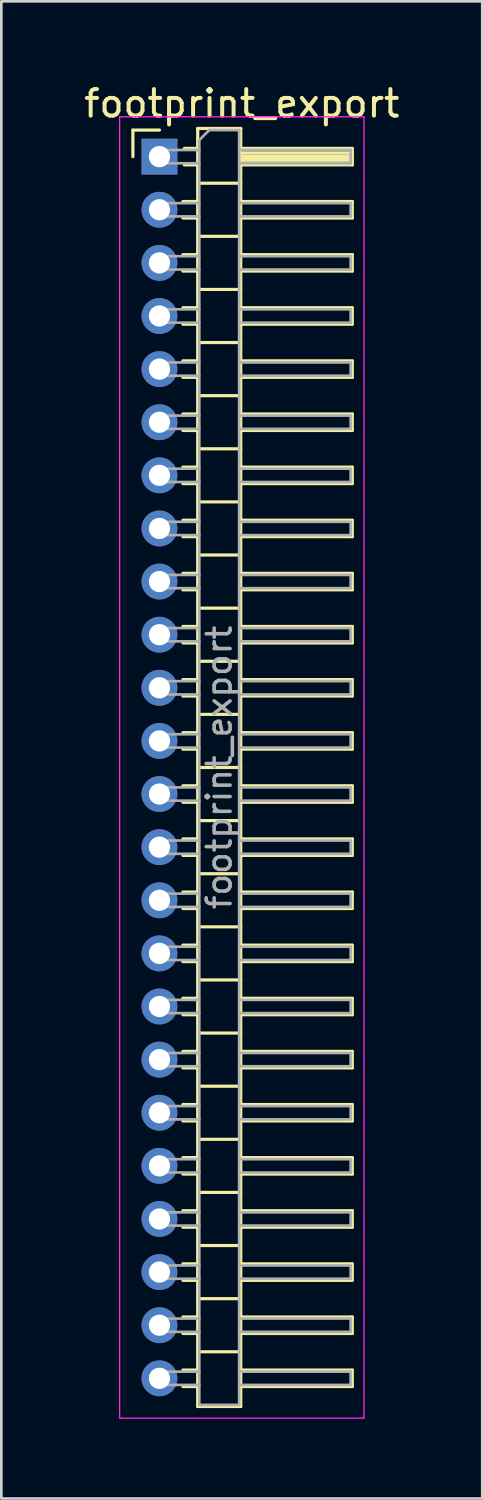
<source format=kicad_pcb>
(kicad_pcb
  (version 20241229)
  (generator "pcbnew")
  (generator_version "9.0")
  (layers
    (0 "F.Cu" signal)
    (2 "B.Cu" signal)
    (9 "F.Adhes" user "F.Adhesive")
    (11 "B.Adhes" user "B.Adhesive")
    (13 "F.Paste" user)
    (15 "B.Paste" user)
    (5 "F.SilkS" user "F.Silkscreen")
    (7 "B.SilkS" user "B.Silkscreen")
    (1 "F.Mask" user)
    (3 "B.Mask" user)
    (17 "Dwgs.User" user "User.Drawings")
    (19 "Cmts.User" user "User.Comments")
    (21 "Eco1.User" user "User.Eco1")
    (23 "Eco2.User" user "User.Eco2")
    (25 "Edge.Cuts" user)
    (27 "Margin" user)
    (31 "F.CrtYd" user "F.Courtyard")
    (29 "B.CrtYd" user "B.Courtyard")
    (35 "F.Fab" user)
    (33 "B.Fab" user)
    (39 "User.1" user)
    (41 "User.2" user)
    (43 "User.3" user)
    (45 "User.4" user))
  (footprint "footprint_export"
    (layer "F.Cu")
    (at 2.954 2.848)
    (property "Reference" "footprint_export" (at 3.1 -2 0) (layer "F.SilkS") (effects (font (size 1 1) (thickness 0.15))))
    (attr through_hole)
    (fp_line (start -1 -1) (end 0 -1) (stroke (width 0.12) (type solid)) (layer "F.SilkS"))
    (fp_line (start -1 0) (end -1 -1) (stroke (width 0.12) (type solid)) (layer "F.SilkS"))
    (fp_line (start 0.882 1.69) (end 1.44 1.69) (stroke (width 0.12) (type solid)) (layer "F.SilkS"))
    (fp_line (start 0.882 2.31) (end 1.44 2.31) (stroke (width 0.12) (type solid)) (layer "F.SilkS"))
    (fp_line (start 0.882 3.69) (end 1.44 3.69) (stroke (width 0.12) (type solid)) (layer "F.SilkS"))
    (fp_line (start 0.882 4.31) (end 1.44 4.31) (stroke (width 0.12) (type solid)) (layer "F.SilkS"))
    (fp_line (start 0.882 5.69) (end 1.44 5.69) (stroke (width 0.12) (type solid)) (layer "F.SilkS"))
    (fp_line (start 0.882 6.31) (end 1.44 6.31) (stroke (width 0.12) (type solid)) (layer "F.SilkS"))
    (fp_line (start 0.882 7.69) (end 1.44 7.69) (stroke (width 0.12) (type solid)) (layer "F.SilkS"))
    (fp_line (start 0.882 8.31) (end 1.44 8.31) (stroke (width 0.12) (type solid)) (layer "F.SilkS"))
    (fp_line (start 0.882 9.69) (end 1.44 9.69) (stroke (width 0.12) (type solid)) (layer "F.SilkS"))
    (fp_line (start 0.882 10.31) (end 1.44 10.31) (stroke (width 0.12) (type solid)) (layer "F.SilkS"))
    (fp_line (start 0.882 11.69) (end 1.44 11.69) (stroke (width 0.12) (type solid)) (layer "F.SilkS"))
    (fp_line (start 0.882 12.31) (end 1.44 12.31) (stroke (width 0.12) (type solid)) (layer "F.SilkS"))
    (fp_line (start 0.882 13.69) (end 1.44 13.69) (stroke (width 0.12) (type solid)) (layer "F.SilkS"))
    (fp_line (start 0.882 14.31) (end 1.44 14.31) (stroke (width 0.12) (type solid)) (layer "F.SilkS"))
    (fp_line (start 0.882 15.69) (end 1.44 15.69) (stroke (width 0.12) (type solid)) (layer "F.SilkS"))
    (fp_line (start 0.882 16.31) (end 1.44 16.31) (stroke (width 0.12) (type solid)) (layer "F.SilkS"))
    (fp_line (start 0.882 17.69) (end 1.44 17.69) (stroke (width 0.12) (type solid)) (layer "F.SilkS"))
    (fp_line (start 0.882 18.31) (end 1.44 18.31) (stroke (width 0.12) (type solid)) (layer "F.SilkS"))
    (fp_line (start 0.882 19.69) (end 1.44 19.69) (stroke (width 0.12) (type solid)) (layer "F.SilkS"))
    (fp_line (start 0.882 20.31) (end 1.44 20.31) (stroke (width 0.12) (type solid)) (layer "F.SilkS"))
    (fp_line (start 0.882 21.69) (end 1.44 21.69) (stroke (width 0.12) (type solid)) (layer "F.SilkS"))
    (fp_line (start 0.882 22.31) (end 1.44 22.31) (stroke (width 0.12) (type solid)) (layer "F.SilkS"))
    (fp_line (start 0.882 23.69) (end 1.44 23.69) (stroke (width 0.12) (type solid)) (layer "F.SilkS"))
    (fp_line (start 0.882 24.31) (end 1.44 24.31) (stroke (width 0.12) (type solid)) (layer "F.SilkS"))
    (fp_line (start 0.882 25.69) (end 1.44 25.69) (stroke (width 0.12) (type solid)) (layer "F.SilkS"))
    (fp_line (start 0.882 26.31) (end 1.44 26.31) (stroke (width 0.12) (type solid)) (layer "F.SilkS"))
    (fp_line (start 0.882 27.69) (end 1.44 27.69) (stroke (width 0.12) (type solid)) (layer "F.SilkS"))
    (fp_line (start 0.882 28.31) (end 1.44 28.31) (stroke (width 0.12) (type solid)) (layer "F.SilkS"))
    (fp_line (start 0.882 29.69) (end 1.44 29.69) (stroke (width 0.12) (type solid)) (layer "F.SilkS"))
    (fp_line (start 0.882 30.31) (end 1.44 30.31) (stroke (width 0.12) (type solid)) (layer "F.SilkS"))
    (fp_line (start 0.882 31.69) (end 1.44 31.69) (stroke (width 0.12) (type solid)) (layer "F.SilkS"))
    (fp_line (start 0.882 32.31) (end 1.44 32.31) (stroke (width 0.12) (type solid)) (layer "F.SilkS"))
    (fp_line (start 0.882 33.69) (end 1.44 33.69) (stroke (width 0.12) (type solid)) (layer "F.SilkS"))
    (fp_line (start 0.882 34.31) (end 1.44 34.31) (stroke (width 0.12) (type solid)) (layer "F.SilkS"))
    (fp_line (start 0.882 35.69) (end 1.44 35.69) (stroke (width 0.12) (type solid)) (layer "F.SilkS"))
    (fp_line (start 0.882 36.31) (end 1.44 36.31) (stroke (width 0.12) (type solid)) (layer "F.SilkS"))
    (fp_line (start 0.882 37.69) (end 1.44 37.69) (stroke (width 0.12) (type solid)) (layer "F.SilkS"))
    (fp_line (start 0.882 38.31) (end 1.44 38.31) (stroke (width 0.12) (type solid)) (layer "F.SilkS"))
    (fp_line (start 0.882 39.69) (end 1.44 39.69) (stroke (width 0.12) (type solid)) (layer "F.SilkS"))
    (fp_line (start 0.882 40.31) (end 1.44 40.31) (stroke (width 0.12) (type solid)) (layer "F.SilkS"))
    (fp_line (start 0.882 41.69) (end 1.44 41.69) (stroke (width 0.12) (type solid)) (layer "F.SilkS"))
    (fp_line (start 0.882 42.31) (end 1.44 42.31) (stroke (width 0.12) (type solid)) (layer "F.SilkS"))
    (fp_line (start 0.882 43.69) (end 1.44 43.69) (stroke (width 0.12) (type solid)) (layer "F.SilkS"))
    (fp_line (start 0.882 44.31) (end 1.44 44.31) (stroke (width 0.12) (type solid)) (layer "F.SilkS"))
    (fp_line (start 0.882 45.69) (end 1.44 45.69) (stroke (width 0.12) (type solid)) (layer "F.SilkS"))
    (fp_line (start 0.882 46.31) (end 1.44 46.31) (stroke (width 0.12) (type solid)) (layer "F.SilkS"))
    (fp_line (start 0.935 -0.31) (end 1.44 -0.31) (stroke (width 0.12) (type solid)) (layer "F.SilkS"))
    (fp_line (start 0.935 0.31) (end 1.44 0.31) (stroke (width 0.12) (type solid)) (layer "F.SilkS"))
    (fp_line (start 1.44 -1.06) (end 1.44 47.06) (stroke (width 0.12) (type solid)) (layer "F.SilkS"))
    (fp_line (start 1.44 1) (end 3.06 1) (stroke (width 0.12) (type solid)) (layer "F.SilkS"))
    (fp_line (start 1.44 3) (end 3.06 3) (stroke (width 0.12) (type solid)) (layer "F.SilkS"))
    (fp_line (start 1.44 5) (end 3.06 5) (stroke (width 0.12) (type solid)) (layer "F.SilkS"))
    (fp_line (start 1.44 7) (end 3.06 7) (stroke (width 0.12) (type solid)) (layer "F.SilkS"))
    (fp_line (start 1.44 9) (end 3.06 9) (stroke (width 0.12) (type solid)) (layer "F.SilkS"))
    (fp_line (start 1.44 11) (end 3.06 11) (stroke (width 0.12) (type solid)) (layer "F.SilkS"))
    (fp_line (start 1.44 13) (end 3.06 13) (stroke (width 0.12) (type solid)) (layer "F.SilkS"))
    (fp_line (start 1.44 15) (end 3.06 15) (stroke (width 0.12) (type solid)) (layer "F.SilkS"))
    (fp_line (start 1.44 17) (end 3.06 17) (stroke (width 0.12) (type solid)) (layer "F.SilkS"))
    (fp_line (start 1.44 19) (end 3.06 19) (stroke (width 0.12) (type solid)) (layer "F.SilkS"))
    (fp_line (start 1.44 21) (end 3.06 21) (stroke (width 0.12) (type solid)) (layer "F.SilkS"))
    (fp_line (start 1.44 23) (end 3.06 23) (stroke (width 0.12) (type solid)) (layer "F.SilkS"))
    (fp_line (start 1.44 25) (end 3.06 25) (stroke (width 0.12) (type solid)) (layer "F.SilkS"))
    (fp_line (start 1.44 27) (end 3.06 27) (stroke (width 0.12) (type solid)) (layer "F.SilkS"))
    (fp_line (start 1.44 29) (end 3.06 29) (stroke (width 0.12) (type solid)) (layer "F.SilkS"))
    (fp_line (start 1.44 31) (end 3.06 31) (stroke (width 0.12) (type solid)) (layer "F.SilkS"))
    (fp_line (start 1.44 33) (end 3.06 33) (stroke (width 0.12) (type solid)) (layer "F.SilkS"))
    (fp_line (start 1.44 35) (end 3.06 35) (stroke (width 0.12) (type solid)) (layer "F.SilkS"))
    (fp_line (start 1.44 37) (end 3.06 37) (stroke (width 0.12) (type solid)) (layer "F.SilkS"))
    (fp_line (start 1.44 39) (end 3.06 39) (stroke (width 0.12) (type solid)) (layer "F.SilkS"))
    (fp_line (start 1.44 41) (end 3.06 41) (stroke (width 0.12) (type solid)) (layer "F.SilkS"))
    (fp_line (start 1.44 43) (end 3.06 43) (stroke (width 0.12) (type solid)) (layer "F.SilkS"))
    (fp_line (start 1.44 45) (end 3.06 45) (stroke (width 0.12) (type solid)) (layer "F.SilkS"))
    (fp_line (start 1.44 47.06) (end 3.06 47.06) (stroke (width 0.12) (type solid)) (layer "F.SilkS"))
    (fp_line (start 3.06 -1.06) (end 1.44 -1.06) (stroke (width 0.12) (type solid)) (layer "F.SilkS"))
    (fp_line (start 3.06 -0.31) (end 7.26 -0.31) (stroke (width 0.12) (type solid)) (layer "F.SilkS"))
    (fp_line (start 3.06 -0.25) (end 7.26 -0.25) (stroke (width 0.12) (type solid)) (layer "F.SilkS"))
    (fp_line (start 3.06 -0.13) (end 7.26 -0.13) (stroke (width 0.12) (type solid)) (layer "F.SilkS"))
    (fp_line (start 3.06 -0.01) (end 7.26 -0.01) (stroke (width 0.12) (type solid)) (layer "F.SilkS"))
    (fp_line (start 3.06 0.11) (end 7.26 0.11) (stroke (width 0.12) (type solid)) (layer "F.SilkS"))
    (fp_line (start 3.06 0.23) (end 7.26 0.23) (stroke (width 0.12) (type solid)) (layer "F.SilkS"))
    (fp_line (start 3.06 1.69) (end 7.26 1.69) (stroke (width 0.12) (type solid)) (layer "F.SilkS"))
    (fp_line (start 3.06 3.69) (end 7.26 3.69) (stroke (width 0.12) (type solid)) (layer "F.SilkS"))
    (fp_line (start 3.06 5.69) (end 7.26 5.69) (stroke (width 0.12) (type solid)) (layer "F.SilkS"))
    (fp_line (start 3.06 7.69) (end 7.26 7.69) (stroke (width 0.12) (type solid)) (layer "F.SilkS"))
    (fp_line (start 3.06 9.69) (end 7.26 9.69) (stroke (width 0.12) (type solid)) (layer "F.SilkS"))
    (fp_line (start 3.06 11.69) (end 7.26 11.69) (stroke (width 0.12) (type solid)) (layer "F.SilkS"))
    (fp_line (start 3.06 13.69) (end 7.26 13.69) (stroke (width 0.12) (type solid)) (layer "F.SilkS"))
    (fp_line (start 3.06 15.69) (end 7.26 15.69) (stroke (width 0.12) (type solid)) (layer "F.SilkS"))
    (fp_line (start 3.06 17.69) (end 7.26 17.69) (stroke (width 0.12) (type solid)) (layer "F.SilkS"))
    (fp_line (start 3.06 19.69) (end 7.26 19.69) (stroke (width 0.12) (type solid)) (layer "F.SilkS"))
    (fp_line (start 3.06 21.69) (end 7.26 21.69) (stroke (width 0.12) (type solid)) (layer "F.SilkS"))
    (fp_line (start 3.06 23.69) (end 7.26 23.69) (stroke (width 0.12) (type solid)) (layer "F.SilkS"))
    (fp_line (start 3.06 25.69) (end 7.26 25.69) (stroke (width 0.12) (type solid)) (layer "F.SilkS"))
    (fp_line (start 3.06 27.69) (end 7.26 27.69) (stroke (width 0.12) (type solid)) (layer "F.SilkS"))
    (fp_line (start 3.06 29.69) (end 7.26 29.69) (stroke (width 0.12) (type solid)) (layer "F.SilkS"))
    (fp_line (start 3.06 31.69) (end 7.26 31.69) (stroke (width 0.12) (type solid)) (layer "F.SilkS"))
    (fp_line (start 3.06 33.69) (end 7.26 33.69) (stroke (width 0.12) (type solid)) (layer "F.SilkS"))
    (fp_line (start 3.06 35.69) (end 7.26 35.69) (stroke (width 0.12) (type solid)) (layer "F.SilkS"))
    (fp_line (start 3.06 37.69) (end 7.26 37.69) (stroke (width 0.12) (type solid)) (layer "F.SilkS"))
    (fp_line (start 3.06 39.69) (end 7.26 39.69) (stroke (width 0.12) (type solid)) (layer "F.SilkS"))
    (fp_line (start 3.06 41.69) (end 7.26 41.69) (stroke (width 0.12) (type solid)) (layer "F.SilkS"))
    (fp_line (start 3.06 43.69) (end 7.26 43.69) (stroke (width 0.12) (type solid)) (layer "F.SilkS"))
    (fp_line (start 3.06 45.69) (end 7.26 45.69) (stroke (width 0.12) (type solid)) (layer "F.SilkS"))
    (fp_line (start 3.06 47.06) (end 3.06 -1.06) (stroke (width 0.12) (type solid)) (layer "F.SilkS"))
    (fp_line (start 7.26 -0.31) (end 7.26 0.31) (stroke (width 0.12) (type solid)) (layer "F.SilkS"))
    (fp_line (start 7.26 0.31) (end 3.06 0.31) (stroke (width 0.12) (type solid)) (layer "F.SilkS"))
    (fp_line (start 7.26 1.69) (end 7.26 2.31) (stroke (width 0.12) (type solid)) (layer "F.SilkS"))
    (fp_line (start 7.26 2.31) (end 3.06 2.31) (stroke (width 0.12) (type solid)) (layer "F.SilkS"))
    (fp_line (start 7.26 3.69) (end 7.26 4.31) (stroke (width 0.12) (type solid)) (layer "F.SilkS"))
    (fp_line (start 7.26 4.31) (end 3.06 4.31) (stroke (width 0.12) (type solid)) (layer "F.SilkS"))
    (fp_line (start 7.26 5.69) (end 7.26 6.31) (stroke (width 0.12) (type solid)) (layer "F.SilkS"))
    (fp_line (start 7.26 6.31) (end 3.06 6.31) (stroke (width 0.12) (type solid)) (layer "F.SilkS"))
    (fp_line (start 7.26 7.69) (end 7.26 8.31) (stroke (width 0.12) (type solid)) (layer "F.SilkS"))
    (fp_line (start 7.26 8.31) (end 3.06 8.31) (stroke (width 0.12) (type solid)) (layer "F.SilkS"))
    (fp_line (start 7.26 9.69) (end 7.26 10.31) (stroke (width 0.12) (type solid)) (layer "F.SilkS"))
    (fp_line (start 7.26 10.31) (end 3.06 10.31) (stroke (width 0.12) (type solid)) (layer "F.SilkS"))
    (fp_line (start 7.26 11.69) (end 7.26 12.31) (stroke (width 0.12) (type solid)) (layer "F.SilkS"))
    (fp_line (start 7.26 12.31) (end 3.06 12.31) (stroke (width 0.12) (type solid)) (layer "F.SilkS"))
    (fp_line (start 7.26 13.69) (end 7.26 14.31) (stroke (width 0.12) (type solid)) (layer "F.SilkS"))
    (fp_line (start 7.26 14.31) (end 3.06 14.31) (stroke (width 0.12) (type solid)) (layer "F.SilkS"))
    (fp_line (start 7.26 15.69) (end 7.26 16.31) (stroke (width 0.12) (type solid)) (layer "F.SilkS"))
    (fp_line (start 7.26 16.31) (end 3.06 16.31) (stroke (width 0.12) (type solid)) (layer "F.SilkS"))
    (fp_line (start 7.26 17.69) (end 7.26 18.31) (stroke (width 0.12) (type solid)) (layer "F.SilkS"))
    (fp_line (start 7.26 18.31) (end 3.06 18.31) (stroke (width 0.12) (type solid)) (layer "F.SilkS"))
    (fp_line (start 7.26 19.69) (end 7.26 20.31) (stroke (width 0.12) (type solid)) (layer "F.SilkS"))
    (fp_line (start 7.26 20.31) (end 3.06 20.31) (stroke (width 0.12) (type solid)) (layer "F.SilkS"))
    (fp_line (start 7.26 21.69) (end 7.26 22.31) (stroke (width 0.12) (type solid)) (layer "F.SilkS"))
    (fp_line (start 7.26 22.31) (end 3.06 22.31) (stroke (width 0.12) (type solid)) (layer "F.SilkS"))
    (fp_line (start 7.26 23.69) (end 7.26 24.31) (stroke (width 0.12) (type solid)) (layer "F.SilkS"))
    (fp_line (start 7.26 24.31) (end 3.06 24.31) (stroke (width 0.12) (type solid)) (layer "F.SilkS"))
    (fp_line (start 7.26 25.69) (end 7.26 26.31) (stroke (width 0.12) (type solid)) (layer "F.SilkS"))
    (fp_line (start 7.26 26.31) (end 3.06 26.31) (stroke (width 0.12) (type solid)) (layer "F.SilkS"))
    (fp_line (start 7.26 27.69) (end 7.26 28.31) (stroke (width 0.12) (type solid)) (layer "F.SilkS"))
    (fp_line (start 7.26 28.31) (end 3.06 28.31) (stroke (width 0.12) (type solid)) (layer "F.SilkS"))
    (fp_line (start 7.26 29.69) (end 7.26 30.31) (stroke (width 0.12) (type solid)) (layer "F.SilkS"))
    (fp_line (start 7.26 30.31) (end 3.06 30.31) (stroke (width 0.12) (type solid)) (layer "F.SilkS"))
    (fp_line (start 7.26 31.69) (end 7.26 32.31) (stroke (width 0.12) (type solid)) (layer "F.SilkS"))
    (fp_line (start 7.26 32.31) (end 3.06 32.31) (stroke (width 0.12) (type solid)) (layer "F.SilkS"))
    (fp_line (start 7.26 33.69) (end 7.26 34.31) (stroke (width 0.12) (type solid)) (layer "F.SilkS"))
    (fp_line (start 7.26 34.31) (end 3.06 34.31) (stroke (width 0.12) (type solid)) (layer "F.SilkS"))
    (fp_line (start 7.26 35.69) (end 7.26 36.31) (stroke (width 0.12) (type solid)) (layer "F.SilkS"))
    (fp_line (start 7.26 36.31) (end 3.06 36.31) (stroke (width 0.12) (type solid)) (layer "F.SilkS"))
    (fp_line (start 7.26 37.69) (end 7.26 38.31) (stroke (width 0.12) (type solid)) (layer "F.SilkS"))
    (fp_line (start 7.26 38.31) (end 3.06 38.31) (stroke (width 0.12) (type solid)) (layer "F.SilkS"))
    (fp_line (start 7.26 39.69) (end 7.26 40.31) (stroke (width 0.12) (type solid)) (layer "F.SilkS"))
    (fp_line (start 7.26 40.31) (end 3.06 40.31) (stroke (width 0.12) (type solid)) (layer "F.SilkS"))
    (fp_line (start 7.26 41.69) (end 7.26 42.31) (stroke (width 0.12) (type solid)) (layer "F.SilkS"))
    (fp_line (start 7.26 42.31) (end 3.06 42.31) (stroke (width 0.12) (type solid)) (layer "F.SilkS"))
    (fp_line (start 7.26 43.69) (end 7.26 44.31) (stroke (width 0.12) (type solid)) (layer "F.SilkS"))
    (fp_line (start 7.26 44.31) (end 3.06 44.31) (stroke (width 0.12) (type solid)) (layer "F.SilkS"))
    (fp_line (start 7.26 45.69) (end 7.26 46.31) (stroke (width 0.12) (type solid)) (layer "F.SilkS"))
    (fp_line (start 7.26 46.31) (end 3.06 46.31) (stroke (width 0.12) (type solid)) (layer "F.SilkS"))
    (fp_line (start -1.5 -1.5) (end -1.5 47.5) (stroke (width 0.05) (type solid)) (layer "F.CrtYd"))
    (fp_line (start -1.5 47.5) (end 7.7 47.5) (stroke (width 0.05) (type solid)) (layer "F.CrtYd"))
    (fp_line (start 7.7 -1.5) (end -1.5 -1.5) (stroke (width 0.05) (type solid)) (layer "F.CrtYd"))
    (fp_line (start 7.7 47.5) (end 7.7 -1.5) (stroke (width 0.05) (type solid)) (layer "F.CrtYd"))
    (fp_line (start -0.25 -0.25) (end -0.25 0.25) (stroke (width 0.1) (type solid)) (layer "F.Fab"))
    (fp_line (start -0.25 -0.25) (end 1.5 -0.25) (stroke (width 0.1) (type solid)) (layer "F.Fab"))
    (fp_line (start -0.25 0.25) (end 1.5 0.25) (stroke (width 0.1) (type solid)) (layer "F.Fab"))
    (fp_line (start -0.25 1.75) (end -0.25 2.25) (stroke (width 0.1) (type solid)) (layer "F.Fab"))
    (fp_line (start -0.25 1.75) (end 1.5 1.75) (stroke (width 0.1) (type solid)) (layer "F.Fab"))
    (fp_line (start -0.25 2.25) (end 1.5 2.25) (stroke (width 0.1) (type solid)) (layer "F.Fab"))
    (fp_line (start -0.25 3.75) (end -0.25 4.25) (stroke (width 0.1) (type solid)) (layer "F.Fab"))
    (fp_line (start -0.25 3.75) (end 1.5 3.75) (stroke (width 0.1) (type solid)) (layer "F.Fab"))
    (fp_line (start -0.25 4.25) (end 1.5 4.25) (stroke (width 0.1) (type solid)) (layer "F.Fab"))
    (fp_line (start -0.25 5.75) (end -0.25 6.25) (stroke (width 0.1) (type solid)) (layer "F.Fab"))
    (fp_line (start -0.25 5.75) (end 1.5 5.75) (stroke (width 0.1) (type solid)) (layer "F.Fab"))
    (fp_line (start -0.25 6.25) (end 1.5 6.25) (stroke (width 0.1) (type solid)) (layer "F.Fab"))
    (fp_line (start -0.25 7.75) (end -0.25 8.25) (stroke (width 0.1) (type solid)) (layer "F.Fab"))
    (fp_line (start -0.25 7.75) (end 1.5 7.75) (stroke (width 0.1) (type solid)) (layer "F.Fab"))
    (fp_line (start -0.25 8.25) (end 1.5 8.25) (stroke (width 0.1) (type solid)) (layer "F.Fab"))
    (fp_line (start -0.25 9.75) (end -0.25 10.25) (stroke (width 0.1) (type solid)) (layer "F.Fab"))
    (fp_line (start -0.25 9.75) (end 1.5 9.75) (stroke (width 0.1) (type solid)) (layer "F.Fab"))
    (fp_line (start -0.25 10.25) (end 1.5 10.25) (stroke (width 0.1) (type solid)) (layer "F.Fab"))
    (fp_line (start -0.25 11.75) (end -0.25 12.25) (stroke (width 0.1) (type solid)) (layer "F.Fab"))
    (fp_line (start -0.25 11.75) (end 1.5 11.75) (stroke (width 0.1) (type solid)) (layer "F.Fab"))
    (fp_line (start -0.25 12.25) (end 1.5 12.25) (stroke (width 0.1) (type solid)) (layer "F.Fab"))
    (fp_line (start -0.25 13.75) (end -0.25 14.25) (stroke (width 0.1) (type solid)) (layer "F.Fab"))
    (fp_line (start -0.25 13.75) (end 1.5 13.75) (stroke (width 0.1) (type solid)) (layer "F.Fab"))
    (fp_line (start -0.25 14.25) (end 1.5 14.25) (stroke (width 0.1) (type solid)) (layer "F.Fab"))
    (fp_line (start -0.25 15.75) (end -0.25 16.25) (stroke (width 0.1) (type solid)) (layer "F.Fab"))
    (fp_line (start -0.25 15.75) (end 1.5 15.75) (stroke (width 0.1) (type solid)) (layer "F.Fab"))
    (fp_line (start -0.25 16.25) (end 1.5 16.25) (stroke (width 0.1) (type solid)) (layer "F.Fab"))
    (fp_line (start -0.25 17.75) (end -0.25 18.25) (stroke (width 0.1) (type solid)) (layer "F.Fab"))
    (fp_line (start -0.25 17.75) (end 1.5 17.75) (stroke (width 0.1) (type solid)) (layer "F.Fab"))
    (fp_line (start -0.25 18.25) (end 1.5 18.25) (stroke (width 0.1) (type solid)) (layer "F.Fab"))
    (fp_line (start -0.25 19.75) (end -0.25 20.25) (stroke (width 0.1) (type solid)) (layer "F.Fab"))
    (fp_line (start -0.25 19.75) (end 1.5 19.75) (stroke (width 0.1) (type solid)) (layer "F.Fab"))
    (fp_line (start -0.25 20.25) (end 1.5 20.25) (stroke (width 0.1) (type solid)) (layer "F.Fab"))
    (fp_line (start -0.25 21.75) (end -0.25 22.25) (stroke (width 0.1) (type solid)) (layer "F.Fab"))
    (fp_line (start -0.25 21.75) (end 1.5 21.75) (stroke (width 0.1) (type solid)) (layer "F.Fab"))
    (fp_line (start -0.25 22.25) (end 1.5 22.25) (stroke (width 0.1) (type solid)) (layer "F.Fab"))
    (fp_line (start -0.25 23.75) (end -0.25 24.25) (stroke (width 0.1) (type solid)) (layer "F.Fab"))
    (fp_line (start -0.25 23.75) (end 1.5 23.75) (stroke (width 0.1) (type solid)) (layer "F.Fab"))
    (fp_line (start -0.25 24.25) (end 1.5 24.25) (stroke (width 0.1) (type solid)) (layer "F.Fab"))
    (fp_line (start -0.25 25.75) (end -0.25 26.25) (stroke (width 0.1) (type solid)) (layer "F.Fab"))
    (fp_line (start -0.25 25.75) (end 1.5 25.75) (stroke (width 0.1) (type solid)) (layer "F.Fab"))
    (fp_line (start -0.25 26.25) (end 1.5 26.25) (stroke (width 0.1) (type solid)) (layer "F.Fab"))
    (fp_line (start -0.25 27.75) (end -0.25 28.25) (stroke (width 0.1) (type solid)) (layer "F.Fab"))
    (fp_line (start -0.25 27.75) (end 1.5 27.75) (stroke (width 0.1) (type solid)) (layer "F.Fab"))
    (fp_line (start -0.25 28.25) (end 1.5 28.25) (stroke (width 0.1) (type solid)) (layer "F.Fab"))
    (fp_line (start -0.25 29.75) (end -0.25 30.25) (stroke (width 0.1) (type solid)) (layer "F.Fab"))
    (fp_line (start -0.25 29.75) (end 1.5 29.75) (stroke (width 0.1) (type solid)) (layer "F.Fab"))
    (fp_line (start -0.25 30.25) (end 1.5 30.25) (stroke (width 0.1) (type solid)) (layer "F.Fab"))
    (fp_line (start -0.25 31.75) (end -0.25 32.25) (stroke (width 0.1) (type solid)) (layer "F.Fab"))
    (fp_line (start -0.25 31.75) (end 1.5 31.75) (stroke (width 0.1) (type solid)) (layer "F.Fab"))
    (fp_line (start -0.25 32.25) (end 1.5 32.25) (stroke (width 0.1) (type solid)) (layer "F.Fab"))
    (fp_line (start -0.25 33.75) (end -0.25 34.25) (stroke (width 0.1) (type solid)) (layer "F.Fab"))
    (fp_line (start -0.25 33.75) (end 1.5 33.75) (stroke (width 0.1) (type solid)) (layer "F.Fab"))
    (fp_line (start -0.25 34.25) (end 1.5 34.25) (stroke (width 0.1) (type solid)) (layer "F.Fab"))
    (fp_line (start -0.25 35.75) (end -0.25 36.25) (stroke (width 0.1) (type solid)) (layer "F.Fab"))
    (fp_line (start -0.25 35.75) (end 1.5 35.75) (stroke (width 0.1) (type solid)) (layer "F.Fab"))
    (fp_line (start -0.25 36.25) (end 1.5 36.25) (stroke (width 0.1) (type solid)) (layer "F.Fab"))
    (fp_line (start -0.25 37.75) (end -0.25 38.25) (stroke (width 0.1) (type solid)) (layer "F.Fab"))
    (fp_line (start -0.25 37.75) (end 1.5 37.75) (stroke (width 0.1) (type solid)) (layer "F.Fab"))
    (fp_line (start -0.25 38.25) (end 1.5 38.25) (stroke (width 0.1) (type solid)) (layer "F.Fab"))
    (fp_line (start -0.25 39.75) (end -0.25 40.25) (stroke (width 0.1) (type solid)) (layer "F.Fab"))
    (fp_line (start -0.25 39.75) (end 1.5 39.75) (stroke (width 0.1) (type solid)) (layer "F.Fab"))
    (fp_line (start -0.25 40.25) (end 1.5 40.25) (stroke (width 0.1) (type solid)) (layer "F.Fab"))
    (fp_line (start -0.25 41.75) (end -0.25 42.25) (stroke (width 0.1) (type solid)) (layer "F.Fab"))
    (fp_line (start -0.25 41.75) (end 1.5 41.75) (stroke (width 0.1) (type solid)) (layer "F.Fab"))
    (fp_line (start -0.25 42.25) (end 1.5 42.25) (stroke (width 0.1) (type solid)) (layer "F.Fab"))
    (fp_line (start -0.25 43.75) (end -0.25 44.25) (stroke (width 0.1) (type solid)) (layer "F.Fab"))
    (fp_line (start -0.25 43.75) (end 1.5 43.75) (stroke (width 0.1) (type solid)) (layer "F.Fab"))
    (fp_line (start -0.25 44.25) (end 1.5 44.25) (stroke (width 0.1) (type solid)) (layer "F.Fab"))
    (fp_line (start -0.25 45.75) (end -0.25 46.25) (stroke (width 0.1) (type solid)) (layer "F.Fab"))
    (fp_line (start -0.25 45.75) (end 1.5 45.75) (stroke (width 0.1) (type solid)) (layer "F.Fab"))
    (fp_line (start -0.25 46.25) (end 1.5 46.25) (stroke (width 0.1) (type solid)) (layer "F.Fab"))
    (fp_line (start 1.5 -0.625) (end 1.875 -1) (stroke (width 0.1) (type solid)) (layer "F.Fab"))
    (fp_line (start 1.5 47) (end 1.5 -0.625) (stroke (width 0.1) (type solid)) (layer "F.Fab"))
    (fp_line (start 1.875 -1) (end 3 -1) (stroke (width 0.1) (type solid)) (layer "F.Fab"))
    (fp_line (start 3 -1) (end 3 47) (stroke (width 0.1) (type solid)) (layer "F.Fab"))
    (fp_line (start 3 -0.25) (end 7.2 -0.25) (stroke (width 0.1) (type solid)) (layer "F.Fab"))
    (fp_line (start 3 0.25) (end 7.2 0.25) (stroke (width 0.1) (type solid)) (layer "F.Fab"))
    (fp_line (start 3 1.75) (end 7.2 1.75) (stroke (width 0.1) (type solid)) (layer "F.Fab"))
    (fp_line (start 3 2.25) (end 7.2 2.25) (stroke (width 0.1) (type solid)) (layer "F.Fab"))
    (fp_line (start 3 3.75) (end 7.2 3.75) (stroke (width 0.1) (type solid)) (layer "F.Fab"))
    (fp_line (start 3 4.25) (end 7.2 4.25) (stroke (width 0.1) (type solid)) (layer "F.Fab"))
    (fp_line (start 3 5.75) (end 7.2 5.75) (stroke (width 0.1) (type solid)) (layer "F.Fab"))
    (fp_line (start 3 6.25) (end 7.2 6.25) (stroke (width 0.1) (type solid)) (layer "F.Fab"))
    (fp_line (start 3 7.75) (end 7.2 7.75) (stroke (width 0.1) (type solid)) (layer "F.Fab"))
    (fp_line (start 3 8.25) (end 7.2 8.25) (stroke (width 0.1) (type solid)) (layer "F.Fab"))
    (fp_line (start 3 9.75) (end 7.2 9.75) (stroke (width 0.1) (type solid)) (layer "F.Fab"))
    (fp_line (start 3 10.25) (end 7.2 10.25) (stroke (width 0.1) (type solid)) (layer "F.Fab"))
    (fp_line (start 3 11.75) (end 7.2 11.75) (stroke (width 0.1) (type solid)) (layer "F.Fab"))
    (fp_line (start 3 12.25) (end 7.2 12.25) (stroke (width 0.1) (type solid)) (layer "F.Fab"))
    (fp_line (start 3 13.75) (end 7.2 13.75) (stroke (width 0.1) (type solid)) (layer "F.Fab"))
    (fp_line (start 3 14.25) (end 7.2 14.25) (stroke (width 0.1) (type solid)) (layer "F.Fab"))
    (fp_line (start 3 15.75) (end 7.2 15.75) (stroke (width 0.1) (type solid)) (layer "F.Fab"))
    (fp_line (start 3 16.25) (end 7.2 16.25) (stroke (width 0.1) (type solid)) (layer "F.Fab"))
    (fp_line (start 3 17.75) (end 7.2 17.75) (stroke (width 0.1) (type solid)) (layer "F.Fab"))
    (fp_line (start 3 18.25) (end 7.2 18.25) (stroke (width 0.1) (type solid)) (layer "F.Fab"))
    (fp_line (start 3 19.75) (end 7.2 19.75) (stroke (width 0.1) (type solid)) (layer "F.Fab"))
    (fp_line (start 3 20.25) (end 7.2 20.25) (stroke (width 0.1) (type solid)) (layer "F.Fab"))
    (fp_line (start 3 21.75) (end 7.2 21.75) (stroke (width 0.1) (type solid)) (layer "F.Fab"))
    (fp_line (start 3 22.25) (end 7.2 22.25) (stroke (width 0.1) (type solid)) (layer "F.Fab"))
    (fp_line (start 3 23.75) (end 7.2 23.75) (stroke (width 0.1) (type solid)) (layer "F.Fab"))
    (fp_line (start 3 24.25) (end 7.2 24.25) (stroke (width 0.1) (type solid)) (layer "F.Fab"))
    (fp_line (start 3 25.75) (end 7.2 25.75) (stroke (width 0.1) (type solid)) (layer "F.Fab"))
    (fp_line (start 3 26.25) (end 7.2 26.25) (stroke (width 0.1) (type solid)) (layer "F.Fab"))
    (fp_line (start 3 27.75) (end 7.2 27.75) (stroke (width 0.1) (type solid)) (layer "F.Fab"))
    (fp_line (start 3 28.25) (end 7.2 28.25) (stroke (width 0.1) (type solid)) (layer "F.Fab"))
    (fp_line (start 3 29.75) (end 7.2 29.75) (stroke (width 0.1) (type solid)) (layer "F.Fab"))
    (fp_line (start 3 30.25) (end 7.2 30.25) (stroke (width 0.1) (type solid)) (layer "F.Fab"))
    (fp_line (start 3 31.75) (end 7.2 31.75) (stroke (width 0.1) (type solid)) (layer "F.Fab"))
    (fp_line (start 3 32.25) (end 7.2 32.25) (stroke (width 0.1) (type solid)) (layer "F.Fab"))
    (fp_line (start 3 33.75) (end 7.2 33.75) (stroke (width 0.1) (type solid)) (layer "F.Fab"))
    (fp_line (start 3 34.25) (end 7.2 34.25) (stroke (width 0.1) (type solid)) (layer "F.Fab"))
    (fp_line (start 3 35.75) (end 7.2 35.75) (stroke (width 0.1) (type solid)) (layer "F.Fab"))
    (fp_line (start 3 36.25) (end 7.2 36.25) (stroke (width 0.1) (type solid)) (layer "F.Fab"))
    (fp_line (start 3 37.75) (end 7.2 37.75) (stroke (width 0.1) (type solid)) (layer "F.Fab"))
    (fp_line (start 3 38.25) (end 7.2 38.25) (stroke (width 0.1) (type solid)) (layer "F.Fab"))
    (fp_line (start 3 39.75) (end 7.2 39.75) (stroke (width 0.1) (type solid)) (layer "F.Fab"))
    (fp_line (start 3 40.25) (end 7.2 40.25) (stroke (width 0.1) (type solid)) (layer "F.Fab"))
    (fp_line (start 3 41.75) (end 7.2 41.75) (stroke (width 0.1) (type solid)) (layer "F.Fab"))
    (fp_line (start 3 42.25) (end 7.2 42.25) (stroke (width 0.1) (type solid)) (layer "F.Fab"))
    (fp_line (start 3 43.75) (end 7.2 43.75) (stroke (width 0.1) (type solid)) (layer "F.Fab"))
    (fp_line (start 3 44.25) (end 7.2 44.25) (stroke (width 0.1) (type solid)) (layer "F.Fab"))
    (fp_line (start 3 45.75) (end 7.2 45.75) (stroke (width 0.1) (type solid)) (layer "F.Fab"))
    (fp_line (start 3 46.25) (end 7.2 46.25) (stroke (width 0.1) (type solid)) (layer "F.Fab"))
    (fp_line (start 3 47) (end 1.5 47) (stroke (width 0.1) (type solid)) (layer "F.Fab"))
    (fp_line (start 7.2 -0.25) (end 7.2 0.25) (stroke (width 0.1) (type solid)) (layer "F.Fab"))
    (fp_line (start 7.2 1.75) (end 7.2 2.25) (stroke (width 0.1) (type solid)) (layer "F.Fab"))
    (fp_line (start 7.2 3.75) (end 7.2 4.25) (stroke (width 0.1) (type solid)) (layer "F.Fab"))
    (fp_line (start 7.2 5.75) (end 7.2 6.25) (stroke (width 0.1) (type solid)) (layer "F.Fab"))
    (fp_line (start 7.2 7.75) (end 7.2 8.25) (stroke (width 0.1) (type solid)) (layer "F.Fab"))
    (fp_line (start 7.2 9.75) (end 7.2 10.25) (stroke (width 0.1) (type solid)) (layer "F.Fab"))
    (fp_line (start 7.2 11.75) (end 7.2 12.25) (stroke (width 0.1) (type solid)) (layer "F.Fab"))
    (fp_line (start 7.2 13.75) (end 7.2 14.25) (stroke (width 0.1) (type solid)) (layer "F.Fab"))
    (fp_line (start 7.2 15.75) (end 7.2 16.25) (stroke (width 0.1) (type solid)) (layer "F.Fab"))
    (fp_line (start 7.2 17.75) (end 7.2 18.25) (stroke (width 0.1) (type solid)) (layer "F.Fab"))
    (fp_line (start 7.2 19.75) (end 7.2 20.25) (stroke (width 0.1) (type solid)) (layer "F.Fab"))
    (fp_line (start 7.2 21.75) (end 7.2 22.25) (stroke (width 0.1) (type solid)) (layer "F.Fab"))
    (fp_line (start 7.2 23.75) (end 7.2 24.25) (stroke (width 0.1) (type solid)) (layer "F.Fab"))
    (fp_line (start 7.2 25.75) (end 7.2 26.25) (stroke (width 0.1) (type solid)) (layer "F.Fab"))
    (fp_line (start 7.2 27.75) (end 7.2 28.25) (stroke (width 0.1) (type solid)) (layer "F.Fab"))
    (fp_line (start 7.2 29.75) (end 7.2 30.25) (stroke (width 0.1) (type solid)) (layer "F.Fab"))
    (fp_line (start 7.2 31.75) (end 7.2 32.25) (stroke (width 0.1) (type solid)) (layer "F.Fab"))
    (fp_line (start 7.2 33.75) (end 7.2 34.25) (stroke (width 0.1) (type solid)) (layer "F.Fab"))
    (fp_line (start 7.2 35.75) (end 7.2 36.25) (stroke (width 0.1) (type solid)) (layer "F.Fab"))
    (fp_line (start 7.2 37.75) (end 7.2 38.25) (stroke (width 0.1) (type solid)) (layer "F.Fab"))
    (fp_line (start 7.2 39.75) (end 7.2 40.25) (stroke (width 0.1) (type solid)) (layer "F.Fab"))
    (fp_line (start 7.2 41.75) (end 7.2 42.25) (stroke (width 0.1) (type solid)) (layer "F.Fab"))
    (fp_line (start 7.2 43.75) (end 7.2 44.25) (stroke (width 0.1) (type solid)) (layer "F.Fab"))
    (fp_line (start 7.2 45.75) (end 7.2 46.25) (stroke (width 0.1) (type solid)) (layer "F.Fab"))
    (fp_text user "${REFERENCE}" (at 2.25 23 90) (layer "F.Fab") (effects (font (size 0.9 0.9) (thickness 0.135))))
    (pad "1" thru_hole rect (at 0 0) (size 1.35 1.35) (drill 0.8) (layers "*.Cu" "*.Mask"))
    (pad "2" thru_hole oval (at 0 2) (size 1.35 1.35) (drill 0.8) (layers "*.Cu" "*.Mask"))
    (pad "3" thru_hole oval (at 0 4) (size 1.35 1.35) (drill 0.8) (layers "*.Cu" "*.Mask"))
    (pad "4" thru_hole oval (at 0 6) (size 1.35 1.35) (drill 0.8) (layers "*.Cu" "*.Mask"))
    (pad "5" thru_hole oval (at 0 8) (size 1.35 1.35) (drill 0.8) (layers "*.Cu" "*.Mask"))
    (pad "6" thru_hole oval (at 0 10) (size 1.35 1.35) (drill 0.8) (layers "*.Cu" "*.Mask"))
    (pad "7" thru_hole oval (at 0 12) (size 1.35 1.35) (drill 0.8) (layers "*.Cu" "*.Mask"))
    (pad "8" thru_hole oval (at 0 14) (size 1.35 1.35) (drill 0.8) (layers "*.Cu" "*.Mask"))
    (pad "9" thru_hole oval (at 0 16) (size 1.35 1.35) (drill 0.8) (layers "*.Cu" "*.Mask"))
    (pad "10" thru_hole oval (at 0 18) (size 1.35 1.35) (drill 0.8) (layers "*.Cu" "*.Mask"))
    (pad "11" thru_hole oval (at 0 20) (size 1.35 1.35) (drill 0.8) (layers "*.Cu" "*.Mask"))
    (pad "12" thru_hole oval (at 0 22) (size 1.35 1.35) (drill 0.8) (layers "*.Cu" "*.Mask"))
    (pad "13" thru_hole oval (at 0 24) (size 1.35 1.35) (drill 0.8) (layers "*.Cu" "*.Mask"))
    (pad "14" thru_hole oval (at 0 26) (size 1.35 1.35) (drill 0.8) (layers "*.Cu" "*.Mask"))
    (pad "15" thru_hole oval (at 0 28) (size 1.35 1.35) (drill 0.8) (layers "*.Cu" "*.Mask"))
    (pad "16" thru_hole oval (at 0 30) (size 1.35 1.35) (drill 0.8) (layers "*.Cu" "*.Mask"))
    (pad "17" thru_hole oval (at 0 32) (size 1.35 1.35) (drill 0.8) (layers "*.Cu" "*.Mask"))
    (pad "18" thru_hole oval (at 0 34) (size 1.35 1.35) (drill 0.8) (layers "*.Cu" "*.Mask"))
    (pad "19" thru_hole oval (at 0 36) (size 1.35 1.35) (drill 0.8) (layers "*.Cu" "*.Mask"))
    (pad "20" thru_hole oval (at 0 38) (size 1.35 1.35) (drill 0.8) (layers "*.Cu" "*.Mask"))
    (pad "21" thru_hole oval (at 0 40) (size 1.35 1.35) (drill 0.8) (layers "*.Cu" "*.Mask"))
    (pad "22" thru_hole oval (at 0 42) (size 1.35 1.35) (drill 0.8) (layers "*.Cu" "*.Mask"))
    (pad "23" thru_hole oval (at 0 44) (size 1.35 1.35) (drill 0.8) (layers "*.Cu" "*.Mask"))
    (pad "24" thru_hole oval (at 0 46) (size 1.35 1.35) (drill 0.8) (layers "*.Cu" "*.Mask")))
  (gr_rect
    (start -3 -3)
    (end 15.107 53.373)
    (stroke (width 0.1) (type default))
    (fill no)
    (layer "Edge.Cuts")))
</source>
